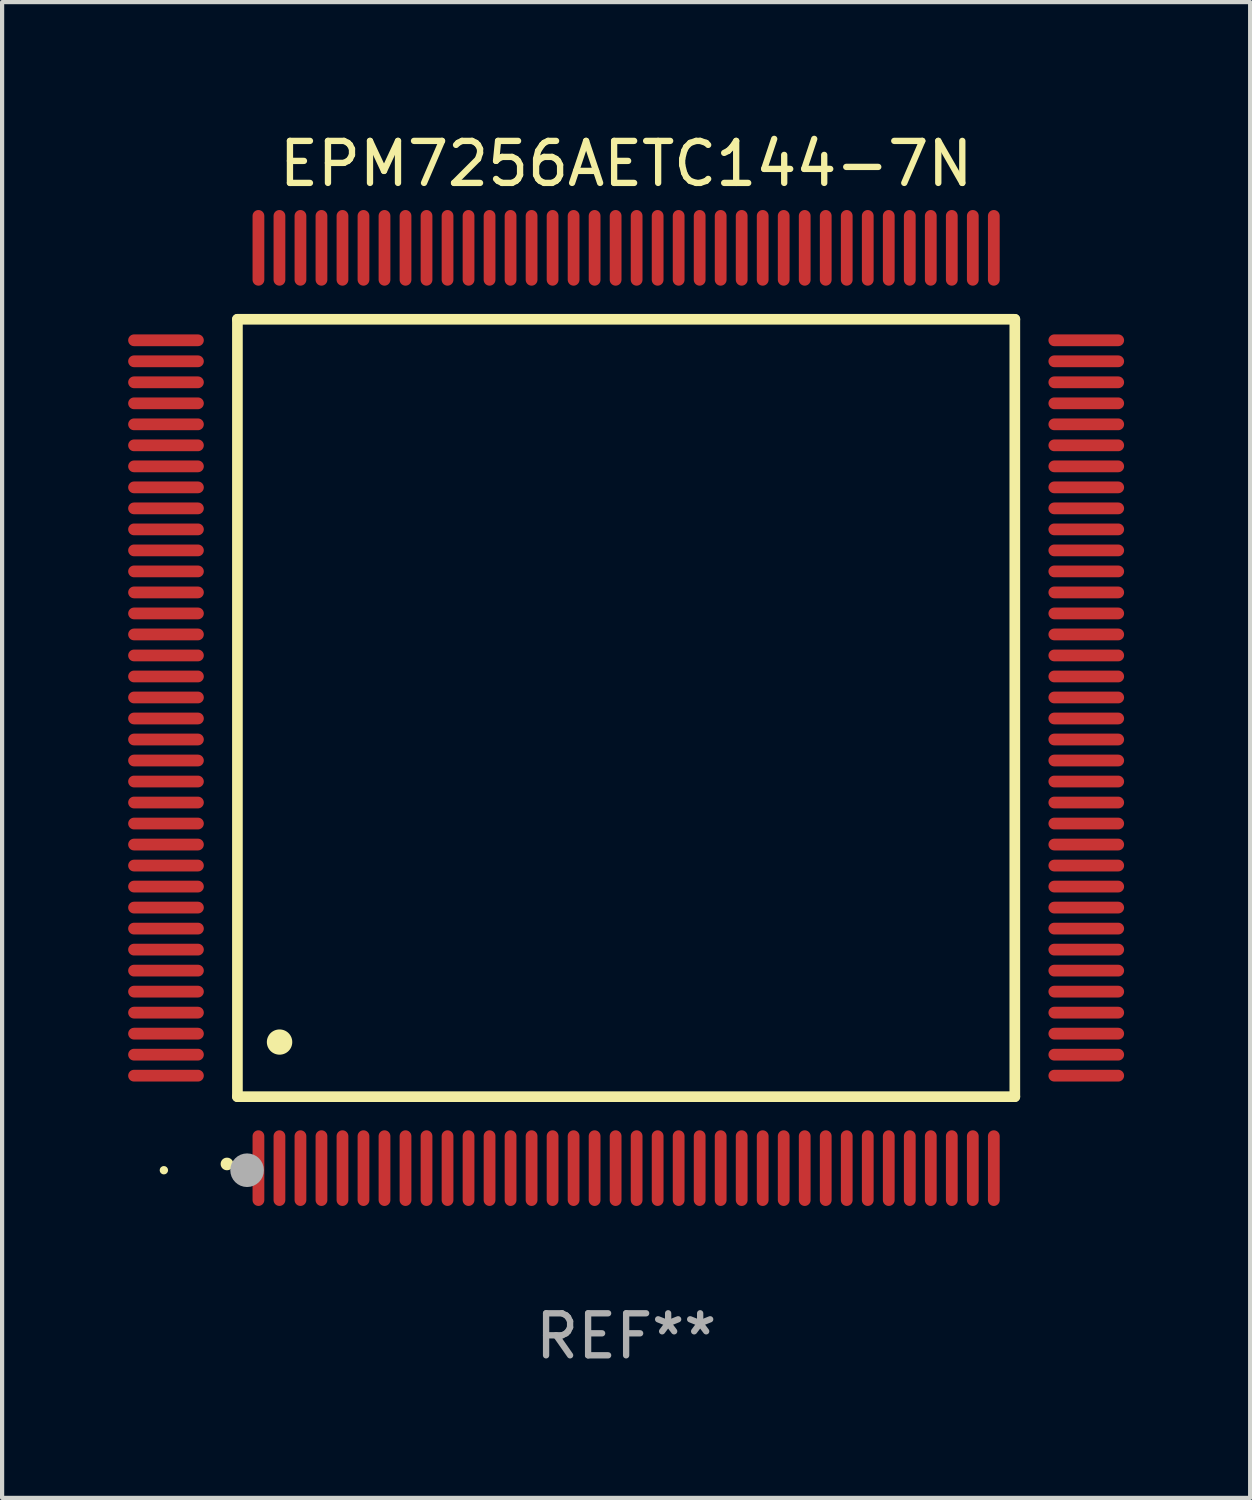
<source format=kicad_pcb>
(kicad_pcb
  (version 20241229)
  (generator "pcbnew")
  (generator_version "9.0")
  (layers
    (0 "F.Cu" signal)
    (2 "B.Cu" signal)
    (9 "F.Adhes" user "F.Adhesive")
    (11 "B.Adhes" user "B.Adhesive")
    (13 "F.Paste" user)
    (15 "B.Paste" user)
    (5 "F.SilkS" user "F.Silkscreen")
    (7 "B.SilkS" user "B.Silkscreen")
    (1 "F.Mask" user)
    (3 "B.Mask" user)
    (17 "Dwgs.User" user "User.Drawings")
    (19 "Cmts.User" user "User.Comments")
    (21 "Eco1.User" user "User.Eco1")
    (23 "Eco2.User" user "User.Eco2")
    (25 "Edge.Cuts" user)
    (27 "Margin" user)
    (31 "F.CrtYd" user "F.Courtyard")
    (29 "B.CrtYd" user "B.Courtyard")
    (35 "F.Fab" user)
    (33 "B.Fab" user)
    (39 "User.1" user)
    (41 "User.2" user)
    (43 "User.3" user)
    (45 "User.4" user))
  (footprint "EPM7256AETC144-7N"
    (layer "F.Cu")
    (at 11.85 13.798)
    (property "Reference" "EPM7256AETC144-7N" (at 0 -12.95 0) (layer "F.SilkS") (effects (font (size 1 1) (thickness 0.15))))
    (attr through_hole)
    (fp_line (start -9.25 -9.25) (end -9.25 9.25) (stroke (width 0.254) (type solid)) (layer "F.SilkS"))
    (fp_line (start -9.25 9.25) (end 9.25 9.25) (stroke (width 0.254) (type solid)) (layer "F.SilkS"))
    (fp_line (start 9.25 -9.25) (end -9.25 -9.25) (stroke (width 0.254) (type solid)) (layer "F.SilkS"))
    (fp_line (start 9.25 9.25) (end 9.25 -9.25) (stroke (width 0.254) (type solid)) (layer "F.SilkS"))
    (fp_arc (start -9.499619 10.850902) (mid -9.498349 10.850897) (end -9.497079 10.850902) (stroke (width 0.3) (type solid)) (layer "F.SilkS"))
    (fp_arc (start -8.249936 7.950216) (mid -8.247396 7.950205) (end -8.244856 7.950216) (stroke (width 0.6) (type solid)) (layer "F.SilkS"))
    (fp_circle (center -11 11) (end -10.95 11) (stroke (width 0.1) (type solid)) (fill no) (layer "F.SilkS"))
    (fp_circle (center -9.02 11) (end -8.82 11) (stroke (width 0.4) (type solid)) (fill no) (layer "F.Fab"))
    (fp_text user "REF**" (at 0 14.95 0) (layer "F.Fab") (effects (font (size 1 1) (thickness 0.15))))
    (pad "1" smd oval (at -8.75 10.95) (size 0.28 1.8) (layers "F.Cu" "F.Mask" "F.Paste"))
    (pad "2" smd oval (at -8.25 10.95) (size 0.28 1.8) (layers "F.Cu" "F.Mask" "F.Paste"))
    (pad "3" smd oval (at -7.75 10.95) (size 0.28 1.8) (layers "F.Cu" "F.Mask" "F.Paste"))
    (pad "4" smd oval (at -7.25 10.95) (size 0.28 1.8) (layers "F.Cu" "F.Mask" "F.Paste"))
    (pad "5" smd oval (at -6.75 10.95) (size 0.28 1.8) (layers "F.Cu" "F.Mask" "F.Paste"))
    (pad "6" smd oval (at -6.25 10.95) (size 0.28 1.8) (layers "F.Cu" "F.Mask" "F.Paste"))
    (pad "7" smd oval (at -5.75 10.95) (size 0.28 1.8) (layers "F.Cu" "F.Mask" "F.Paste"))
    (pad "8" smd oval (at -5.25 10.95) (size 0.28 1.8) (layers "F.Cu" "F.Mask" "F.Paste"))
    (pad "9" smd oval (at -4.75 10.95) (size 0.28 1.8) (layers "F.Cu" "F.Mask" "F.Paste"))
    (pad "10" smd oval (at -4.25 10.95) (size 0.28 1.8) (layers "F.Cu" "F.Mask" "F.Paste"))
    (pad "11" smd oval (at -3.75 10.95) (size 0.28 1.8) (layers "F.Cu" "F.Mask" "F.Paste"))
    (pad "12" smd oval (at -3.25 10.95) (size 0.28 1.8) (layers "F.Cu" "F.Mask" "F.Paste"))
    (pad "13" smd oval (at -2.75 10.95) (size 0.28 1.8) (layers "F.Cu" "F.Mask" "F.Paste"))
    (pad "14" smd oval (at -2.25 10.95) (size 0.28 1.8) (layers "F.Cu" "F.Mask" "F.Paste"))
    (pad "15" smd oval (at -1.75 10.95) (size 0.28 1.8) (layers "F.Cu" "F.Mask" "F.Paste"))
    (pad "16" smd oval (at -1.25 10.95) (size 0.28 1.8) (layers "F.Cu" "F.Mask" "F.Paste"))
    (pad "17" smd oval (at -0.75 10.95) (size 0.28 1.8) (layers "F.Cu" "F.Mask" "F.Paste"))
    (pad "18" smd oval (at -0.25 10.95) (size 0.28 1.8) (layers "F.Cu" "F.Mask" "F.Paste"))
    (pad "19" smd oval (at 0.25 10.95) (size 0.28 1.8) (layers "F.Cu" "F.Mask" "F.Paste"))
    (pad "20" smd oval (at 0.75 10.95) (size 0.28 1.8) (layers "F.Cu" "F.Mask" "F.Paste"))
    (pad "21" smd oval (at 1.25 10.95) (size 0.28 1.8) (layers "F.Cu" "F.Mask" "F.Paste"))
    (pad "22" smd oval (at 1.75 10.95) (size 0.28 1.8) (layers "F.Cu" "F.Mask" "F.Paste"))
    (pad "23" smd oval (at 2.25 10.95) (size 0.28 1.8) (layers "F.Cu" "F.Mask" "F.Paste"))
    (pad "24" smd oval (at 2.75 10.95) (size 0.28 1.8) (layers "F.Cu" "F.Mask" "F.Paste"))
    (pad "25" smd oval (at 3.25 10.95) (size 0.28 1.8) (layers "F.Cu" "F.Mask" "F.Paste"))
    (pad "26" smd oval (at 3.75 10.95) (size 0.28 1.8) (layers "F.Cu" "F.Mask" "F.Paste"))
    (pad "27" smd oval (at 4.25 10.95) (size 0.28 1.8) (layers "F.Cu" "F.Mask" "F.Paste"))
    (pad "28" smd oval (at 4.75 10.95) (size 0.28 1.8) (layers "F.Cu" "F.Mask" "F.Paste"))
    (pad "29" smd oval (at 5.25 10.95) (size 0.28 1.8) (layers "F.Cu" "F.Mask" "F.Paste"))
    (pad "30" smd oval (at 5.75 10.95) (size 0.28 1.8) (layers "F.Cu" "F.Mask" "F.Paste"))
    (pad "31" smd oval (at 6.25 10.95) (size 0.28 1.8) (layers "F.Cu" "F.Mask" "F.Paste"))
    (pad "32" smd oval (at 6.75 10.95) (size 0.28 1.8) (layers "F.Cu" "F.Mask" "F.Paste"))
    (pad "33" smd oval (at 7.25 10.95) (size 0.28 1.8) (layers "F.Cu" "F.Mask" "F.Paste"))
    (pad "34" smd oval (at 7.75 10.95) (size 0.28 1.8) (layers "F.Cu" "F.Mask" "F.Paste"))
    (pad "35" smd oval (at 8.25 10.95) (size 0.28 1.8) (layers "F.Cu" "F.Mask" "F.Paste"))
    (pad "36" smd oval (at 8.75 10.95) (size 0.28 1.8) (layers "F.Cu" "F.Mask" "F.Paste"))
    (pad "37" smd oval (at 10.95 8.75) (size 1.8 0.28) (layers "F.Cu" "F.Mask" "F.Paste"))
    (pad "38" smd oval (at 10.95 8.25) (size 1.8 0.28) (layers "F.Cu" "F.Mask" "F.Paste"))
    (pad "39" smd oval (at 10.95 7.75) (size 1.8 0.28) (layers "F.Cu" "F.Mask" "F.Paste"))
    (pad "40" smd oval (at 10.95 7.25) (size 1.8 0.28) (layers "F.Cu" "F.Mask" "F.Paste"))
    (pad "41" smd oval (at 10.95 6.75) (size 1.8 0.28) (layers "F.Cu" "F.Mask" "F.Paste"))
    (pad "42" smd oval (at 10.95 6.25) (size 1.8 0.28) (layers "F.Cu" "F.Mask" "F.Paste"))
    (pad "43" smd oval (at 10.95 5.75) (size 1.8 0.28) (layers "F.Cu" "F.Mask" "F.Paste"))
    (pad "44" smd oval (at 10.95 5.25) (size 1.8 0.28) (layers "F.Cu" "F.Mask" "F.Paste"))
    (pad "45" smd oval (at 10.95 4.75) (size 1.8 0.28) (layers "F.Cu" "F.Mask" "F.Paste"))
    (pad "46" smd oval (at 10.95 4.25) (size 1.8 0.28) (layers "F.Cu" "F.Mask" "F.Paste"))
    (pad "47" smd oval (at 10.95 3.75) (size 1.8 0.28) (layers "F.Cu" "F.Mask" "F.Paste"))
    (pad "48" smd oval (at 10.95 3.25) (size 1.8 0.28) (layers "F.Cu" "F.Mask" "F.Paste"))
    (pad "49" smd oval (at 10.95 2.75) (size 1.8 0.28) (layers "F.Cu" "F.Mask" "F.Paste"))
    (pad "50" smd oval (at 10.95 2.25) (size 1.8 0.28) (layers "F.Cu" "F.Mask" "F.Paste"))
    (pad "51" smd oval (at 10.95 1.75) (size 1.8 0.28) (layers "F.Cu" "F.Mask" "F.Paste"))
    (pad "52" smd oval (at 10.95 1.25) (size 1.8 0.28) (layers "F.Cu" "F.Mask" "F.Paste"))
    (pad "53" smd oval (at 10.95 0.75) (size 1.8 0.28) (layers "F.Cu" "F.Mask" "F.Paste"))
    (pad "54" smd oval (at 10.95 0.25) (size 1.8 0.28) (layers "F.Cu" "F.Mask" "F.Paste"))
    (pad "55" smd oval (at 10.95 -0.25) (size 1.8 0.28) (layers "F.Cu" "F.Mask" "F.Paste"))
    (pad "56" smd oval (at 10.95 -0.75) (size 1.8 0.28) (layers "F.Cu" "F.Mask" "F.Paste"))
    (pad "57" smd oval (at 10.95 -1.25) (size 1.8 0.28) (layers "F.Cu" "F.Mask" "F.Paste"))
    (pad "58" smd oval (at 10.95 -1.75) (size 1.8 0.28) (layers "F.Cu" "F.Mask" "F.Paste"))
    (pad "59" smd oval (at 10.95 -2.25) (size 1.8 0.28) (layers "F.Cu" "F.Mask" "F.Paste"))
    (pad "60" smd oval (at 10.95 -2.75) (size 1.8 0.28) (layers "F.Cu" "F.Mask" "F.Paste"))
    (pad "61" smd oval (at 10.95 -3.25) (size 1.8 0.28) (layers "F.Cu" "F.Mask" "F.Paste"))
    (pad "62" smd oval (at 10.95 -3.75) (size 1.8 0.28) (layers "F.Cu" "F.Mask" "F.Paste"))
    (pad "63" smd oval (at 10.95 -4.25) (size 1.8 0.28) (layers "F.Cu" "F.Mask" "F.Paste"))
    (pad "64" smd oval (at 10.95 -4.75) (size 1.8 0.28) (layers "F.Cu" "F.Mask" "F.Paste"))
    (pad "65" smd oval (at 10.95 -5.25) (size 1.8 0.28) (layers "F.Cu" "F.Mask" "F.Paste"))
    (pad "66" smd oval (at 10.95 -5.75) (size 1.8 0.28) (layers "F.Cu" "F.Mask" "F.Paste"))
    (pad "67" smd oval (at 10.95 -6.25) (size 1.8 0.28) (layers "F.Cu" "F.Mask" "F.Paste"))
    (pad "68" smd oval (at 10.95 -6.75) (size 1.8 0.28) (layers "F.Cu" "F.Mask" "F.Paste"))
    (pad "69" smd oval (at 10.95 -7.25) (size 1.8 0.28) (layers "F.Cu" "F.Mask" "F.Paste"))
    (pad "70" smd oval (at 10.95 -7.75) (size 1.8 0.28) (layers "F.Cu" "F.Mask" "F.Paste"))
    (pad "71" smd oval (at 10.95 -8.25) (size 1.8 0.28) (layers "F.Cu" "F.Mask" "F.Paste"))
    (pad "72" smd oval (at 10.95 -8.75) (size 1.8 0.28) (layers "F.Cu" "F.Mask" "F.Paste"))
    (pad "73" smd oval (at 8.75 -10.95) (size 0.28 1.8) (layers "F.Cu" "F.Mask" "F.Paste"))
    (pad "74" smd oval (at 8.25 -10.95) (size 0.28 1.8) (layers "F.Cu" "F.Mask" "F.Paste"))
    (pad "75" smd oval (at 7.75 -10.95) (size 0.28 1.8) (layers "F.Cu" "F.Mask" "F.Paste"))
    (pad "76" smd oval (at 7.25 -10.95) (size 0.28 1.8) (layers "F.Cu" "F.Mask" "F.Paste"))
    (pad "77" smd oval (at 6.75 -10.95) (size 0.28 1.8) (layers "F.Cu" "F.Mask" "F.Paste"))
    (pad "78" smd oval (at 6.25 -10.95) (size 0.28 1.8) (layers "F.Cu" "F.Mask" "F.Paste"))
    (pad "79" smd oval (at 5.75 -10.95) (size 0.28 1.8) (layers "F.Cu" "F.Mask" "F.Paste"))
    (pad "80" smd oval (at 5.25 -10.95) (size 0.28 1.8) (layers "F.Cu" "F.Mask" "F.Paste"))
    (pad "81" smd oval (at 4.75 -10.95) (size 0.28 1.8) (layers "F.Cu" "F.Mask" "F.Paste"))
    (pad "82" smd oval (at 4.25 -10.95) (size 0.28 1.8) (layers "F.Cu" "F.Mask" "F.Paste"))
    (pad "83" smd oval (at 3.75 -10.95) (size 0.28 1.8) (layers "F.Cu" "F.Mask" "F.Paste"))
    (pad "84" smd oval (at 3.25 -10.95) (size 0.28 1.8) (layers "F.Cu" "F.Mask" "F.Paste"))
    (pad "85" smd oval (at 2.75 -10.95) (size 0.28 1.8) (layers "F.Cu" "F.Mask" "F.Paste"))
    (pad "86" smd oval (at 2.25 -10.95) (size 0.28 1.8) (layers "F.Cu" "F.Mask" "F.Paste"))
    (pad "87" smd oval (at 1.75 -10.95) (size 0.28 1.8) (layers "F.Cu" "F.Mask" "F.Paste"))
    (pad "88" smd oval (at 1.25 -10.95) (size 0.28 1.8) (layers "F.Cu" "F.Mask" "F.Paste"))
    (pad "89" smd oval (at 0.75 -10.95) (size 0.28 1.8) (layers "F.Cu" "F.Mask" "F.Paste"))
    (pad "90" smd oval (at 0.25 -10.95) (size 0.28 1.8) (layers "F.Cu" "F.Mask" "F.Paste"))
    (pad "91" smd oval (at -0.25 -10.95) (size 0.28 1.8) (layers "F.Cu" "F.Mask" "F.Paste"))
    (pad "92" smd oval (at -0.75 -10.95) (size 0.28 1.8) (layers "F.Cu" "F.Mask" "F.Paste"))
    (pad "93" smd oval (at -1.25 -10.95) (size 0.28 1.8) (layers "F.Cu" "F.Mask" "F.Paste"))
    (pad "94" smd oval (at -1.75 -10.95) (size 0.28 1.8) (layers "F.Cu" "F.Mask" "F.Paste"))
    (pad "95" smd oval (at -2.25 -10.95) (size 0.28 1.8) (layers "F.Cu" "F.Mask" "F.Paste"))
    (pad "96" smd oval (at -2.75 -10.95) (size 0.28 1.8) (layers "F.Cu" "F.Mask" "F.Paste"))
    (pad "97" smd oval (at -3.25 -10.95) (size 0.28 1.8) (layers "F.Cu" "F.Mask" "F.Paste"))
    (pad "98" smd oval (at -3.75 -10.95) (size 0.28 1.8) (layers "F.Cu" "F.Mask" "F.Paste"))
    (pad "99" smd oval (at -4.25 -10.95) (size 0.28 1.8) (layers "F.Cu" "F.Mask" "F.Paste"))
    (pad "100" smd oval (at -4.75 -10.95) (size 0.28 1.8) (layers "F.Cu" "F.Mask" "F.Paste"))
    (pad "101" smd oval (at -5.25 -10.95) (size 0.28 1.8) (layers "F.Cu" "F.Mask" "F.Paste"))
    (pad "102" smd oval (at -5.75 -10.95) (size 0.28 1.8) (layers "F.Cu" "F.Mask" "F.Paste"))
    (pad "103" smd oval (at -6.25 -10.95) (size 0.28 1.8) (layers "F.Cu" "F.Mask" "F.Paste"))
    (pad "104" smd oval (at -6.75 -10.95) (size 0.28 1.8) (layers "F.Cu" "F.Mask" "F.Paste"))
    (pad "105" smd oval (at -7.25 -10.95) (size 0.28 1.8) (layers "F.Cu" "F.Mask" "F.Paste"))
    (pad "106" smd oval (at -7.75 -10.95) (size 0.28 1.8) (layers "F.Cu" "F.Mask" "F.Paste"))
    (pad "107" smd oval (at -8.25 -10.95) (size 0.28 1.8) (layers "F.Cu" "F.Mask" "F.Paste"))
    (pad "108" smd oval (at -8.75 -10.95) (size 0.28 1.8) (layers "F.Cu" "F.Mask" "F.Paste"))
    (pad "109" smd oval (at -10.95 -8.75) (size 1.8 0.28) (layers "F.Cu" "F.Mask" "F.Paste"))
    (pad "110" smd oval (at -10.95 -8.25) (size 1.8 0.28) (layers "F.Cu" "F.Mask" "F.Paste"))
    (pad "111" smd oval (at -10.95 -7.75) (size 1.8 0.28) (layers "F.Cu" "F.Mask" "F.Paste"))
    (pad "112" smd oval (at -10.95 -7.25) (size 1.8 0.28) (layers "F.Cu" "F.Mask" "F.Paste"))
    (pad "113" smd oval (at -10.95 -6.75) (size 1.8 0.28) (layers "F.Cu" "F.Mask" "F.Paste"))
    (pad "114" smd oval (at -10.95 -6.25) (size 1.8 0.28) (layers "F.Cu" "F.Mask" "F.Paste"))
    (pad "115" smd oval (at -10.95 -5.75) (size 1.8 0.28) (layers "F.Cu" "F.Mask" "F.Paste"))
    (pad "116" smd oval (at -10.95 -5.25) (size 1.8 0.28) (layers "F.Cu" "F.Mask" "F.Paste"))
    (pad "117" smd oval (at -10.95 -4.75) (size 1.8 0.28) (layers "F.Cu" "F.Mask" "F.Paste"))
    (pad "118" smd oval (at -10.95 -4.25) (size 1.8 0.28) (layers "F.Cu" "F.Mask" "F.Paste"))
    (pad "119" smd oval (at -10.95 -3.75) (size 1.8 0.28) (layers "F.Cu" "F.Mask" "F.Paste"))
    (pad "120" smd oval (at -10.95 -3.25) (size 1.8 0.28) (layers "F.Cu" "F.Mask" "F.Paste"))
    (pad "121" smd oval (at -10.95 -2.75) (size 1.8 0.28) (layers "F.Cu" "F.Mask" "F.Paste"))
    (pad "122" smd oval (at -10.95 -2.25) (size 1.8 0.28) (layers "F.Cu" "F.Mask" "F.Paste"))
    (pad "123" smd oval (at -10.95 -1.75) (size 1.8 0.28) (layers "F.Cu" "F.Mask" "F.Paste"))
    (pad "124" smd oval (at -10.95 -1.25) (size 1.8 0.28) (layers "F.Cu" "F.Mask" "F.Paste"))
    (pad "125" smd oval (at -10.95 -0.75) (size 1.8 0.28) (layers "F.Cu" "F.Mask" "F.Paste"))
    (pad "126" smd oval (at -10.95 -0.25) (size 1.8 0.28) (layers "F.Cu" "F.Mask" "F.Paste"))
    (pad "127" smd oval (at -10.95 0.25) (size 1.8 0.28) (layers "F.Cu" "F.Mask" "F.Paste"))
    (pad "128" smd oval (at -10.95 0.75) (size 1.8 0.28) (layers "F.Cu" "F.Mask" "F.Paste"))
    (pad "129" smd oval (at -10.95 1.25) (size 1.8 0.28) (layers "F.Cu" "F.Mask" "F.Paste"))
    (pad "130" smd oval (at -10.95 1.75) (size 1.8 0.28) (layers "F.Cu" "F.Mask" "F.Paste"))
    (pad "131" smd oval (at -10.95 2.25) (size 1.8 0.28) (layers "F.Cu" "F.Mask" "F.Paste"))
    (pad "132" smd oval (at -10.95 2.75) (size 1.8 0.28) (layers "F.Cu" "F.Mask" "F.Paste"))
    (pad "133" smd oval (at -10.95 3.25) (size 1.8 0.28) (layers "F.Cu" "F.Mask" "F.Paste"))
    (pad "134" smd oval (at -10.95 3.75) (size 1.8 0.28) (layers "F.Cu" "F.Mask" "F.Paste"))
    (pad "135" smd oval (at -10.95 4.25) (size 1.8 0.28) (layers "F.Cu" "F.Mask" "F.Paste"))
    (pad "136" smd oval (at -10.95 4.75) (size 1.8 0.28) (layers "F.Cu" "F.Mask" "F.Paste"))
    (pad "137" smd oval (at -10.95 5.25) (size 1.8 0.28) (layers "F.Cu" "F.Mask" "F.Paste"))
    (pad "138" smd oval (at -10.95 5.75) (size 1.8 0.28) (layers "F.Cu" "F.Mask" "F.Paste"))
    (pad "139" smd oval (at -10.95 6.25) (size 1.8 0.28) (layers "F.Cu" "F.Mask" "F.Paste"))
    (pad "140" smd oval (at -10.95 6.75) (size 1.8 0.28) (layers "F.Cu" "F.Mask" "F.Paste"))
    (pad "141" smd oval (at -10.95 7.25) (size 1.8 0.28) (layers "F.Cu" "F.Mask" "F.Paste"))
    (pad "142" smd oval (at -10.95 7.75) (size 1.8 0.28) (layers "F.Cu" "F.Mask" "F.Paste"))
    (pad "143" smd oval (at -10.95 8.25) (size 1.8 0.28) (layers "F.Cu" "F.Mask" "F.Paste"))
    (pad "144" smd oval (at -10.95 8.75) (size 1.8 0.28) (layers "F.Cu" "F.Mask" "F.Paste")))
  (gr_rect
    (start -3 -3)
    (end 26.7 32.596)
    (stroke (width 0.1) (type default))
    (fill no)
    (layer "Edge.Cuts")))
</source>
